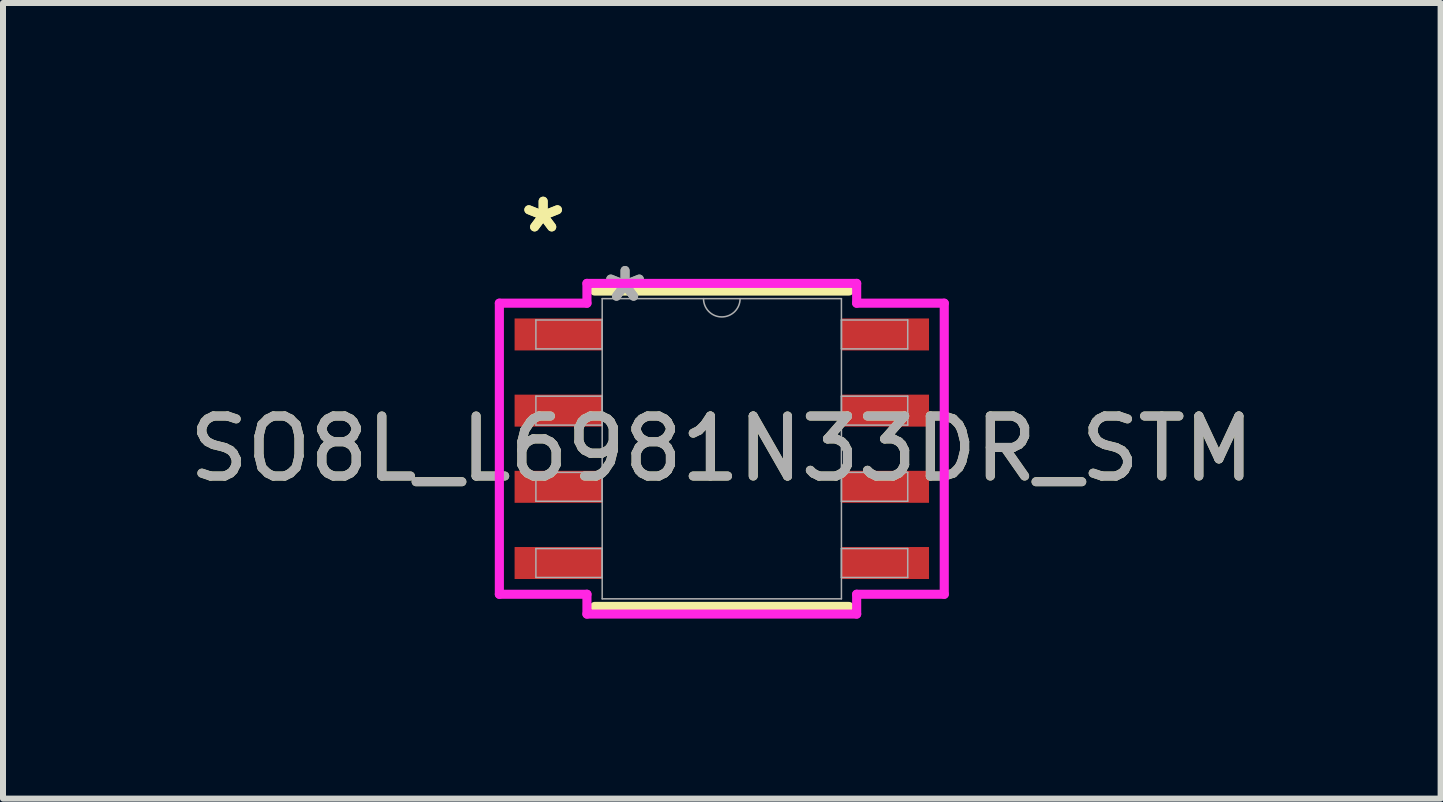
<source format=kicad_pcb>
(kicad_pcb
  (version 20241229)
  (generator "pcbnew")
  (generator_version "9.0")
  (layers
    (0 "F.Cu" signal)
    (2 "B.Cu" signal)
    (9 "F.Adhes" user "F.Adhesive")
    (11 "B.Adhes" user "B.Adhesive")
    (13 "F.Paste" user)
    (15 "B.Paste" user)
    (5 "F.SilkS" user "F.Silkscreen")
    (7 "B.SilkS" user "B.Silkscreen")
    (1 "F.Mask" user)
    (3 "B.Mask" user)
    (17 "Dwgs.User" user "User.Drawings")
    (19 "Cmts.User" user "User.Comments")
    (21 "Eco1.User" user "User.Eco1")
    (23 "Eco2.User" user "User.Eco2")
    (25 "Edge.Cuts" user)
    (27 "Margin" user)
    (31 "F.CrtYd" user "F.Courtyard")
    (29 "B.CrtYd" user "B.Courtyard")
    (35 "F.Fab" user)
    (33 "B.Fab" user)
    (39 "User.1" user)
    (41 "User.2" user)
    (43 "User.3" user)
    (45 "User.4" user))
  (footprint "SO8L_L6981N33DR_STM"
    (layer "F.Cu")
    (at 8.982 4.43)
    (property "Reference" "SO8L_L6981N33DR_STM" (at 0 0 0) (unlocked yes) (layer "F.SilkS") (effects (font (size 1 1) (thickness 0.15))))
    (attr smd)
    (fp_line (start -2.121 2.629) (end 2.121 2.629) (stroke (width 0.152) (type solid)) (layer "F.SilkS"))
    (fp_line (start 2.121 -2.629) (end -2.121 -2.629) (stroke (width 0.152) (type solid)) (layer "F.SilkS"))
    (fp_line (start -3.708 -2.426) (end -2.248 -2.426) (stroke (width 0.152) (type solid)) (layer "F.CrtYd"))
    (fp_line (start -3.708 2.426) (end -3.708 -2.426) (stroke (width 0.152) (type solid)) (layer "F.CrtYd"))
    (fp_line (start -3.708 2.426) (end -2.248 2.426) (stroke (width 0.152) (type solid)) (layer "F.CrtYd"))
    (fp_line (start -2.248 -2.756) (end 2.248 -2.756) (stroke (width 0.152) (type solid)) (layer "F.CrtYd"))
    (fp_line (start -2.248 -2.426) (end -2.248 -2.756) (stroke (width 0.152) (type solid)) (layer "F.CrtYd"))
    (fp_line (start -2.248 2.756) (end -2.248 2.426) (stroke (width 0.152) (type solid)) (layer "F.CrtYd"))
    (fp_line (start 2.248 -2.756) (end 2.248 -2.426) (stroke (width 0.152) (type solid)) (layer "F.CrtYd"))
    (fp_line (start 2.248 2.426) (end 2.248 2.756) (stroke (width 0.152) (type solid)) (layer "F.CrtYd"))
    (fp_line (start 2.248 2.756) (end -2.248 2.756) (stroke (width 0.152) (type solid)) (layer "F.CrtYd"))
    (fp_line (start 3.708 -2.426) (end 2.248 -2.426) (stroke (width 0.152) (type solid)) (layer "F.CrtYd"))
    (fp_line (start 3.708 -2.426) (end 3.708 2.426) (stroke (width 0.152) (type solid)) (layer "F.CrtYd"))
    (fp_line (start 3.708 2.426) (end 2.248 2.426) (stroke (width 0.152) (type solid)) (layer "F.CrtYd"))
    (fp_line (start -3.099 -2.146) (end -3.099 -1.664) (stroke (width 0.025) (type solid)) (layer "F.Fab"))
    (fp_line (start -3.099 -1.664) (end -1.994 -1.664) (stroke (width 0.025) (type solid)) (layer "F.Fab"))
    (fp_line (start -3.099 -0.876) (end -3.099 -0.394) (stroke (width 0.025) (type solid)) (layer "F.Fab"))
    (fp_line (start -3.099 -0.394) (end -1.994 -0.394) (stroke (width 0.025) (type solid)) (layer "F.Fab"))
    (fp_line (start -3.099 0.394) (end -3.099 0.876) (stroke (width 0.025) (type solid)) (layer "F.Fab"))
    (fp_line (start -3.099 0.876) (end -1.994 0.876) (stroke (width 0.025) (type solid)) (layer "F.Fab"))
    (fp_line (start -3.099 1.664) (end -3.099 2.146) (stroke (width 0.025) (type solid)) (layer "F.Fab"))
    (fp_line (start -3.099 2.146) (end -1.994 2.146) (stroke (width 0.025) (type solid)) (layer "F.Fab"))
    (fp_line (start -1.994 -2.502) (end -1.994 2.502) (stroke (width 0.025) (type solid)) (layer "F.Fab"))
    (fp_line (start -1.994 -2.146) (end -3.099 -2.146) (stroke (width 0.025) (type solid)) (layer "F.Fab"))
    (fp_line (start -1.994 -1.664) (end -1.994 -2.146) (stroke (width 0.025) (type solid)) (layer "F.Fab"))
    (fp_line (start -1.994 -0.876) (end -3.099 -0.876) (stroke (width 0.025) (type solid)) (layer "F.Fab"))
    (fp_line (start -1.994 -0.394) (end -1.994 -0.876) (stroke (width 0.025) (type solid)) (layer "F.Fab"))
    (fp_line (start -1.994 0.394) (end -3.099 0.394) (stroke (width 0.025) (type solid)) (layer "F.Fab"))
    (fp_line (start -1.994 0.876) (end -1.994 0.394) (stroke (width 0.025) (type solid)) (layer "F.Fab"))
    (fp_line (start -1.994 1.664) (end -3.099 1.664) (stroke (width 0.025) (type solid)) (layer "F.Fab"))
    (fp_line (start -1.994 2.146) (end -1.994 1.664) (stroke (width 0.025) (type solid)) (layer "F.Fab"))
    (fp_line (start -1.994 2.502) (end 1.994 2.502) (stroke (width 0.025) (type solid)) (layer "F.Fab"))
    (fp_line (start 1.994 -2.502) (end -1.994 -2.502) (stroke (width 0.025) (type solid)) (layer "F.Fab"))
    (fp_line (start 1.994 -2.146) (end 1.994 -1.664) (stroke (width 0.025) (type solid)) (layer "F.Fab"))
    (fp_line (start 1.994 -1.664) (end 3.099 -1.664) (stroke (width 0.025) (type solid)) (layer "F.Fab"))
    (fp_line (start 1.994 -0.876) (end 1.994 -0.394) (stroke (width 0.025) (type solid)) (layer "F.Fab"))
    (fp_line (start 1.994 -0.394) (end 3.099 -0.394) (stroke (width 0.025) (type solid)) (layer "F.Fab"))
    (fp_line (start 1.994 0.394) (end 1.994 0.876) (stroke (width 0.025) (type solid)) (layer "F.Fab"))
    (fp_line (start 1.994 0.876) (end 3.099 0.876) (stroke (width 0.025) (type solid)) (layer "F.Fab"))
    (fp_line (start 1.994 1.664) (end 1.994 2.146) (stroke (width 0.025) (type solid)) (layer "F.Fab"))
    (fp_line (start 1.994 2.146) (end 3.099 2.146) (stroke (width 0.025) (type solid)) (layer "F.Fab"))
    (fp_line (start 1.994 2.502) (end 1.994 -2.502) (stroke (width 0.025) (type solid)) (layer "F.Fab"))
    (fp_line (start 3.099 -2.146) (end 1.994 -2.146) (stroke (width 0.025) (type solid)) (layer "F.Fab"))
    (fp_line (start 3.099 -1.664) (end 3.099 -2.146) (stroke (width 0.025) (type solid)) (layer "F.Fab"))
    (fp_line (start 3.099 -0.876) (end 1.994 -0.876) (stroke (width 0.025) (type solid)) (layer "F.Fab"))
    (fp_line (start 3.099 -0.394) (end 3.099 -0.876) (stroke (width 0.025) (type solid)) (layer "F.Fab"))
    (fp_line (start 3.099 0.394) (end 1.994 0.394) (stroke (width 0.025) (type solid)) (layer "F.Fab"))
    (fp_line (start 3.099 0.876) (end 3.099 0.394) (stroke (width 0.025) (type solid)) (layer "F.Fab"))
    (fp_line (start 3.099 1.664) (end 1.994 1.664) (stroke (width 0.025) (type solid)) (layer "F.Fab"))
    (fp_line (start 3.099 2.146) (end 3.099 1.664) (stroke (width 0.025) (type solid)) (layer "F.Fab"))
    (fp_arc (start 0.3048 -2.5019) (mid 0 -2.1971) (end -0.3048 -2.5019) (stroke (width 0.0254) (type solid)) (layer "F.Fab"))
    (fp_text user "*" (at -2.978 -3.581 0) (unlocked yes) (layer "F.SilkS") (effects (font (size 1 1) (thickness 0.15))))
    (fp_text user "*" (at -2.978 -3.581 0) (layer "F.SilkS") (effects (font (size 1 1) (thickness 0.15))))
    (fp_text user "*" (at -1.613 -2.426 0) (layer "F.Fab") (effects (font (size 1 1) (thickness 0.15))))
    (fp_text user "*" (at -1.613 -2.426 0) (unlocked yes) (layer "F.Fab") (effects (font (size 1 1) (thickness 0.15))))
    (fp_text user "${REFERENCE}" (at 0 0 0) (unlocked yes) (layer "F.Fab") (effects (font (size 1 1) (thickness 0.15))))
    (pad "1" smd rect (at -2.724 -1.905) (size 1.46 0.533) (layers "F.Cu" "F.Mask" "F.Paste"))
    (pad "2" smd rect (at -2.724 -0.635) (size 1.46 0.533) (layers "F.Cu" "F.Mask" "F.Paste"))
    (pad "3" smd rect (at -2.724 0.635) (size 1.46 0.533) (layers "F.Cu" "F.Mask" "F.Paste"))
    (pad "4" smd rect (at -2.724 1.905) (size 1.46 0.533) (layers "F.Cu" "F.Mask" "F.Paste"))
    (pad "5" smd rect (at 2.724 1.905) (size 1.46 0.533) (layers "F.Cu" "F.Mask" "F.Paste"))
    (pad "6" smd rect (at 2.724 0.635) (size 1.46 0.533) (layers "F.Cu" "F.Mask" "F.Paste"))
    (pad "7" smd rect (at 2.724 -0.635) (size 1.46 0.533) (layers "F.Cu" "F.Mask" "F.Paste"))
    (pad "8" smd rect (at 2.724 -1.905) (size 1.46 0.533) (layers "F.Cu" "F.Mask" "F.Paste")))
  (gr_rect
    (start -3 -3)
    (end 20.964 10.262)
    (stroke (width 0.1) (type default))
    (fill no)
    (layer "Edge.Cuts")))
</source>
